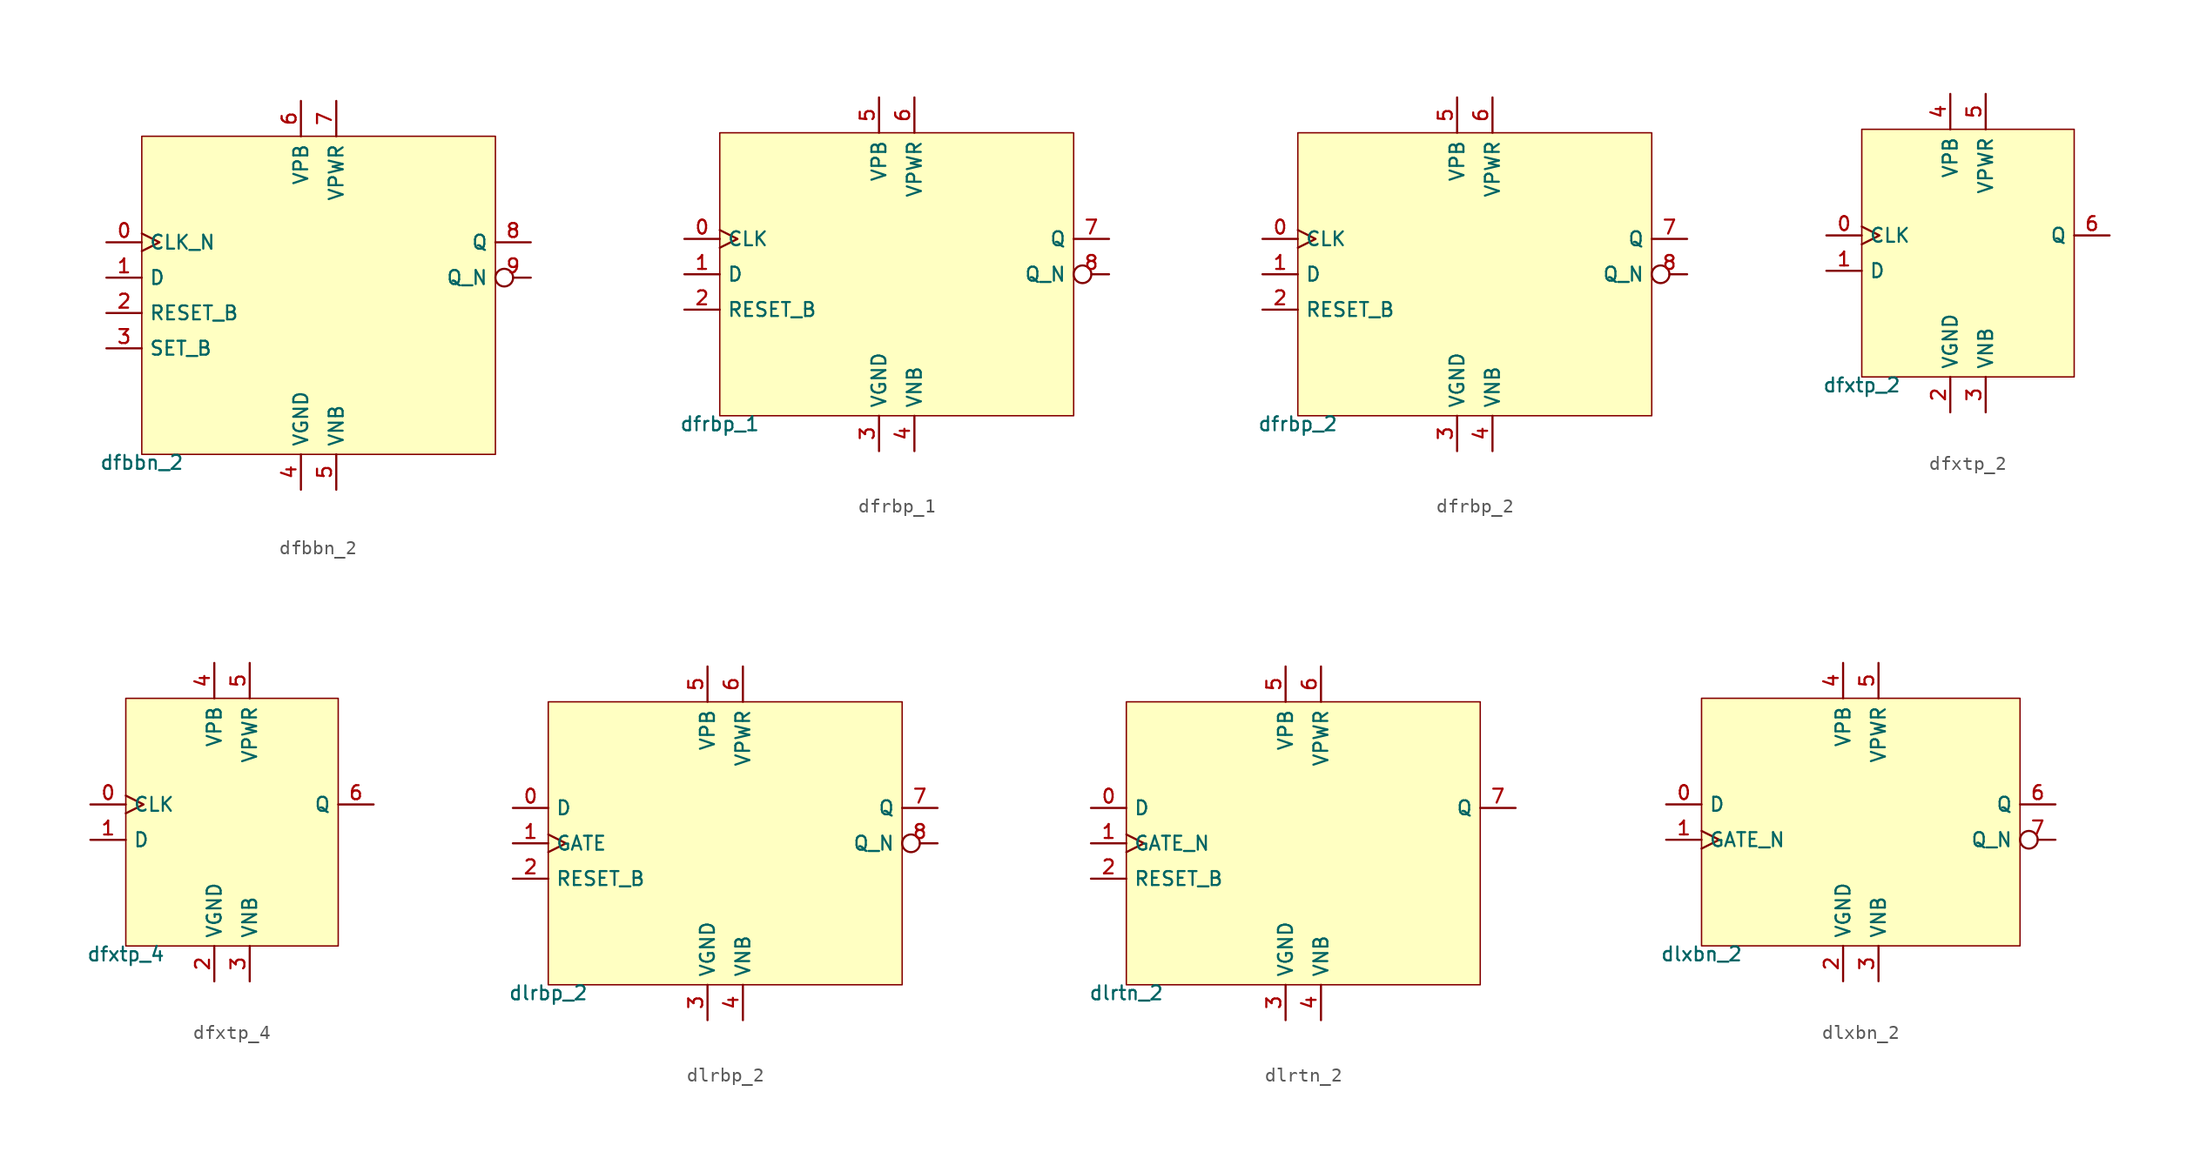
<source format=kicad_sym>
(kicad_symbol_lib
  (version 20211014)
  (generator lef2kicad_sym)
  (symbol "dfbbn_2"
    (property "Reference" "CELL"
      (at 0 0 0)
      (effects (font (size 1 1)) hide))
    (property "Value" "dfbbn_2"
      (at -12.7 -11.43 0)
      (effects (font (size 1 1)) (justify top)))
    (rectangle
      (start -12.7 -11.43)
      (end 12.7 11.43)
      (stroke (width 0.1) (type solid) (color 0 0 0 0))
      (fill (type background)))
    (pin input clock
      (at -15.24 3.81 0)
      (length 2.54)
      (name "CLK_N" (effects (font (size 1 1)) hide))
      (number "0" (effects (font (size 1 1)) hide)))
    (pin input line
      (at -15.24 1.27 0)
      (length 2.54)
      (name "D" (effects (font (size 1 1)) hide))
      (number "1" (effects (font (size 1 1)) hide)))
    (pin input line
      (at -15.24 -1.27 0)
      (length 2.54)
      (name "RESET_B" (effects (font (size 1 1)) hide))
      (number "2" (effects (font (size 1 1)) hide)))
    (pin input line
      (at -15.24 -3.81 0)
      (length 2.54)
      (name "SET_B" (effects (font (size 1 1)) hide))
      (number "3" (effects (font (size 1 1)) hide)))
    (pin power_in line
      (at -1.27 -13.97 90)
      (length 2.54)
      (name "VGND" (effects (font (size 1 1)) hide))
      (number "4" (effects (font (size 1 1)) hide)))
    (pin power_in line
      (at 1.27 -13.97 90)
      (length 2.54)
      (name "VNB" (effects (font (size 1 1)) hide))
      (number "5" (effects (font (size 1 1)) hide)))
    (pin power_in line
      (at -1.27 13.97 270)
      (length 2.54)
      (name "VPB" (effects (font (size 1 1)) hide))
      (number "6" (effects (font (size 1 1)) hide)))
    (pin power_in line
      (at 1.27 13.97 270)
      (length 2.54)
      (name "VPWR" (effects (font (size 1 1)) hide))
      (number "7" (effects (font (size 1 1)) hide)))
    (pin output line
      (at 15.24 3.81 180)
      (length 2.54)
      (name "Q" (effects (font (size 1 1)) hide))
      (number "8" (effects (font (size 1 1)) hide)))
    (pin output inverted
      (at 15.24 1.27 180)
      (length 2.54)
      (name "Q_N" (effects (font (size 1 1)) hide))
      (number "9" (effects (font (size 1 1)) hide))))
  (symbol "dfrbp_1"
    (property "Reference" "CELL"
      (at 0 0 0)
      (effects (font (size 1 1)) hide))
    (property "Value" "dfrbp_1"
      (at -12.7 -10.16 0)
      (effects (font (size 1 1)) (justify top)))
    (rectangle
      (start -12.7 -10.16)
      (end 12.7 10.16)
      (stroke (width 0.1) (type solid) (color 0 0 0 0))
      (fill (type background)))
    (pin input clock
      (at -15.24 2.54 0)
      (length 2.54)
      (name "CLK" (effects (font (size 1 1)) hide))
      (number "0" (effects (font (size 1 1)) hide)))
    (pin input line
      (at -15.24 0.0 0)
      (length 2.54)
      (name "D" (effects (font (size 1 1)) hide))
      (number "1" (effects (font (size 1 1)) hide)))
    (pin input line
      (at -15.24 -2.54 0)
      (length 2.54)
      (name "RESET_B" (effects (font (size 1 1)) hide))
      (number "2" (effects (font (size 1 1)) hide)))
    (pin power_in line
      (at -1.27 -12.7 90)
      (length 2.54)
      (name "VGND" (effects (font (size 1 1)) hide))
      (number "3" (effects (font (size 1 1)) hide)))
    (pin power_in line
      (at 1.27 -12.7 90)
      (length 2.54)
      (name "VNB" (effects (font (size 1 1)) hide))
      (number "4" (effects (font (size 1 1)) hide)))
    (pin power_in line
      (at -1.27 12.7 270)
      (length 2.54)
      (name "VPB" (effects (font (size 1 1)) hide))
      (number "5" (effects (font (size 1 1)) hide)))
    (pin power_in line
      (at 1.27 12.7 270)
      (length 2.54)
      (name "VPWR" (effects (font (size 1 1)) hide))
      (number "6" (effects (font (size 1 1)) hide)))
    (pin output line
      (at 15.24 2.54 180)
      (length 2.54)
      (name "Q" (effects (font (size 1 1)) hide))
      (number "7" (effects (font (size 1 1)) hide)))
    (pin output inverted
      (at 15.24 0.0 180)
      (length 2.54)
      (name "Q_N" (effects (font (size 1 1)) hide))
      (number "8" (effects (font (size 1 1)) hide))))
  (symbol "dfrbp_2"
    (property "Reference" "CELL"
      (at 0 0 0)
      (effects (font (size 1 1)) hide))
    (property "Value" "dfrbp_2"
      (at -12.7 -10.16 0)
      (effects (font (size 1 1)) (justify top)))
    (rectangle
      (start -12.7 -10.16)
      (end 12.7 10.16)
      (stroke (width 0.1) (type solid) (color 0 0 0 0))
      (fill (type background)))
    (pin input clock
      (at -15.24 2.54 0)
      (length 2.54)
      (name "CLK" (effects (font (size 1 1)) hide))
      (number "0" (effects (font (size 1 1)) hide)))
    (pin input line
      (at -15.24 0.0 0)
      (length 2.54)
      (name "D" (effects (font (size 1 1)) hide))
      (number "1" (effects (font (size 1 1)) hide)))
    (pin input line
      (at -15.24 -2.54 0)
      (length 2.54)
      (name "RESET_B" (effects (font (size 1 1)) hide))
      (number "2" (effects (font (size 1 1)) hide)))
    (pin power_in line
      (at -1.27 -12.7 90)
      (length 2.54)
      (name "VGND" (effects (font (size 1 1)) hide))
      (number "3" (effects (font (size 1 1)) hide)))
    (pin power_in line
      (at 1.27 -12.7 90)
      (length 2.54)
      (name "VNB" (effects (font (size 1 1)) hide))
      (number "4" (effects (font (size 1 1)) hide)))
    (pin power_in line
      (at -1.27 12.7 270)
      (length 2.54)
      (name "VPB" (effects (font (size 1 1)) hide))
      (number "5" (effects (font (size 1 1)) hide)))
    (pin power_in line
      (at 1.27 12.7 270)
      (length 2.54)
      (name "VPWR" (effects (font (size 1 1)) hide))
      (number "6" (effects (font (size 1 1)) hide)))
    (pin output line
      (at 15.24 2.54 180)
      (length 2.54)
      (name "Q" (effects (font (size 1 1)) hide))
      (number "7" (effects (font (size 1 1)) hide)))
    (pin output inverted
      (at 15.24 0.0 180)
      (length 2.54)
      (name "Q_N" (effects (font (size 1 1)) hide))
      (number "8" (effects (font (size 1 1)) hide))))
  (symbol "dfxtp_2"
    (property "Reference" "CELL"
      (at 0 0 0)
      (effects (font (size 1 1)) hide))
    (property "Value" "dfxtp_2"
      (at -7.62 -8.89 0)
      (effects (font (size 1 1)) (justify top)))
    (rectangle
      (start -7.62 -8.89)
      (end 7.62 8.89)
      (stroke (width 0.1) (type solid) (color 0 0 0 0))
      (fill (type background)))
    (pin input clock
      (at -10.16 1.27 0)
      (length 2.54)
      (name "CLK" (effects (font (size 1 1)) hide))
      (number "0" (effects (font (size 1 1)) hide)))
    (pin input line
      (at -10.16 -1.27 0)
      (length 2.54)
      (name "D" (effects (font (size 1 1)) hide))
      (number "1" (effects (font (size 1 1)) hide)))
    (pin power_in line
      (at -1.27 -11.43 90)
      (length 2.54)
      (name "VGND" (effects (font (size 1 1)) hide))
      (number "2" (effects (font (size 1 1)) hide)))
    (pin power_in line
      (at 1.27 -11.43 90)
      (length 2.54)
      (name "VNB" (effects (font (size 1 1)) hide))
      (number "3" (effects (font (size 1 1)) hide)))
    (pin power_in line
      (at -1.27 11.43 270)
      (length 2.54)
      (name "VPB" (effects (font (size 1 1)) hide))
      (number "4" (effects (font (size 1 1)) hide)))
    (pin power_in line
      (at 1.27 11.43 270)
      (length 2.54)
      (name "VPWR" (effects (font (size 1 1)) hide))
      (number "5" (effects (font (size 1 1)) hide)))
    (pin output line
      (at 10.16 1.27 180)
      (length 2.54)
      (name "Q" (effects (font (size 1 1)) hide))
      (number "6" (effects (font (size 1 1)) hide))))
  (symbol "dfxtp_4"
    (property "Reference" "CELL"
      (at 0 0 0)
      (effects (font (size 1 1)) hide))
    (property "Value" "dfxtp_4"
      (at -7.62 -8.89 0)
      (effects (font (size 1 1)) (justify top)))
    (rectangle
      (start -7.62 -8.89)
      (end 7.62 8.89)
      (stroke (width 0.1) (type solid) (color 0 0 0 0))
      (fill (type background)))
    (pin input clock
      (at -10.16 1.27 0)
      (length 2.54)
      (name "CLK" (effects (font (size 1 1)) hide))
      (number "0" (effects (font (size 1 1)) hide)))
    (pin input line
      (at -10.16 -1.27 0)
      (length 2.54)
      (name "D" (effects (font (size 1 1)) hide))
      (number "1" (effects (font (size 1 1)) hide)))
    (pin power_in line
      (at -1.27 -11.43 90)
      (length 2.54)
      (name "VGND" (effects (font (size 1 1)) hide))
      (number "2" (effects (font (size 1 1)) hide)))
    (pin power_in line
      (at 1.27 -11.43 90)
      (length 2.54)
      (name "VNB" (effects (font (size 1 1)) hide))
      (number "3" (effects (font (size 1 1)) hide)))
    (pin power_in line
      (at -1.27 11.43 270)
      (length 2.54)
      (name "VPB" (effects (font (size 1 1)) hide))
      (number "4" (effects (font (size 1 1)) hide)))
    (pin power_in line
      (at 1.27 11.43 270)
      (length 2.54)
      (name "VPWR" (effects (font (size 1 1)) hide))
      (number "5" (effects (font (size 1 1)) hide)))
    (pin output line
      (at 10.16 1.27 180)
      (length 2.54)
      (name "Q" (effects (font (size 1 1)) hide))
      (number "6" (effects (font (size 1 1)) hide))))
  (symbol "dlrbp_2"
    (property "Reference" "CELL"
      (at 0 0 0)
      (effects (font (size 1 1)) hide))
    (property "Value" "dlrbp_2"
      (at -12.7 -10.16 0)
      (effects (font (size 1 1)) (justify top)))
    (rectangle
      (start -12.7 -10.16)
      (end 12.7 10.16)
      (stroke (width 0.1) (type solid) (color 0 0 0 0))
      (fill (type background)))
    (pin input line
      (at -15.24 2.54 0)
      (length 2.54)
      (name "D" (effects (font (size 1 1)) hide))
      (number "0" (effects (font (size 1 1)) hide)))
    (pin input clock
      (at -15.24 0.0 0)
      (length 2.54)
      (name "GATE" (effects (font (size 1 1)) hide))
      (number "1" (effects (font (size 1 1)) hide)))
    (pin input line
      (at -15.24 -2.54 0)
      (length 2.54)
      (name "RESET_B" (effects (font (size 1 1)) hide))
      (number "2" (effects (font (size 1 1)) hide)))
    (pin power_in line
      (at -1.27 -12.7 90)
      (length 2.54)
      (name "VGND" (effects (font (size 1 1)) hide))
      (number "3" (effects (font (size 1 1)) hide)))
    (pin power_in line
      (at 1.27 -12.7 90)
      (length 2.54)
      (name "VNB" (effects (font (size 1 1)) hide))
      (number "4" (effects (font (size 1 1)) hide)))
    (pin power_in line
      (at -1.27 12.7 270)
      (length 2.54)
      (name "VPB" (effects (font (size 1 1)) hide))
      (number "5" (effects (font (size 1 1)) hide)))
    (pin power_in line
      (at 1.27 12.7 270)
      (length 2.54)
      (name "VPWR" (effects (font (size 1 1)) hide))
      (number "6" (effects (font (size 1 1)) hide)))
    (pin output line
      (at 15.24 2.54 180)
      (length 2.54)
      (name "Q" (effects (font (size 1 1)) hide))
      (number "7" (effects (font (size 1 1)) hide)))
    (pin output inverted
      (at 15.24 0.0 180)
      (length 2.54)
      (name "Q_N" (effects (font (size 1 1)) hide))
      (number "8" (effects (font (size 1 1)) hide))))
  (symbol "dlrtn_2"
    (property "Reference" "CELL"
      (at 0 0 0)
      (effects (font (size 1 1)) hide))
    (property "Value" "dlrtn_2"
      (at -12.7 -10.16 0)
      (effects (font (size 1 1)) (justify top)))
    (rectangle
      (start -12.7 -10.16)
      (end 12.7 10.16)
      (stroke (width 0.1) (type solid) (color 0 0 0 0))
      (fill (type background)))
    (pin input line
      (at -15.24 2.54 0)
      (length 2.54)
      (name "D" (effects (font (size 1 1)) hide))
      (number "0" (effects (font (size 1 1)) hide)))
    (pin input clock
      (at -15.24 0.0 0)
      (length 2.54)
      (name "GATE_N" (effects (font (size 1 1)) hide))
      (number "1" (effects (font (size 1 1)) hide)))
    (pin input line
      (at -15.24 -2.54 0)
      (length 2.54)
      (name "RESET_B" (effects (font (size 1 1)) hide))
      (number "2" (effects (font (size 1 1)) hide)))
    (pin power_in line
      (at -1.27 -12.7 90)
      (length 2.54)
      (name "VGND" (effects (font (size 1 1)) hide))
      (number "3" (effects (font (size 1 1)) hide)))
    (pin power_in line
      (at 1.27 -12.7 90)
      (length 2.54)
      (name "VNB" (effects (font (size 1 1)) hide))
      (number "4" (effects (font (size 1 1)) hide)))
    (pin power_in line
      (at -1.27 12.7 270)
      (length 2.54)
      (name "VPB" (effects (font (size 1 1)) hide))
      (number "5" (effects (font (size 1 1)) hide)))
    (pin power_in line
      (at 1.27 12.7 270)
      (length 2.54)
      (name "VPWR" (effects (font (size 1 1)) hide))
      (number "6" (effects (font (size 1 1)) hide)))
    (pin output line
      (at 15.24 2.54 180)
      (length 2.54)
      (name "Q" (effects (font (size 1 1)) hide))
      (number "7" (effects (font (size 1 1)) hide))))
  (symbol "dlxbn_2"
    (property "Reference" "CELL"
      (at 0 0 0)
      (effects (font (size 1 1)) hide))
    (property "Value" "dlxbn_2"
      (at -11.43 -8.89 0)
      (effects (font (size 1 1)) (justify top)))
    (rectangle
      (start -11.43 -8.89)
      (end 11.43 8.89)
      (stroke (width 0.1) (type solid) (color 0 0 0 0))
      (fill (type background)))
    (pin input line
      (at -13.97 1.27 0)
      (length 2.54)
      (name "D" (effects (font (size 1 1)) hide))
      (number "0" (effects (font (size 1 1)) hide)))
    (pin input clock
      (at -13.97 -1.27 0)
      (length 2.54)
      (name "GATE_N" (effects (font (size 1 1)) hide))
      (number "1" (effects (font (size 1 1)) hide)))
    (pin power_in line
      (at -1.27 -11.43 90)
      (length 2.54)
      (name "VGND" (effects (font (size 1 1)) hide))
      (number "2" (effects (font (size 1 1)) hide)))
    (pin power_in line
      (at 1.27 -11.43 90)
      (length 2.54)
      (name "VNB" (effects (font (size 1 1)) hide))
      (number "3" (effects (font (size 1 1)) hide)))
    (pin power_in line
      (at -1.27 11.43 270)
      (length 2.54)
      (name "VPB" (effects (font (size 1 1)) hide))
      (number "4" (effects (font (size 1 1)) hide)))
    (pin power_in line
      (at 1.27 11.43 270)
      (length 2.54)
      (name "VPWR" (effects (font (size 1 1)) hide))
      (number "5" (effects (font (size 1 1)) hide)))
    (pin output line
      (at 13.97 1.27 180)
      (length 2.54)
      (name "Q" (effects (font (size 1 1)) hide))
      (number "6" (effects (font (size 1 1)) hide)))
    (pin output inverted
      (at 13.97 -1.27 180)
      (length 2.54)
      (name "Q_N" (effects (font (size 1 1)) hide))
      (number "7" (effects (font (size 1 1)) hide)))))
</source>
